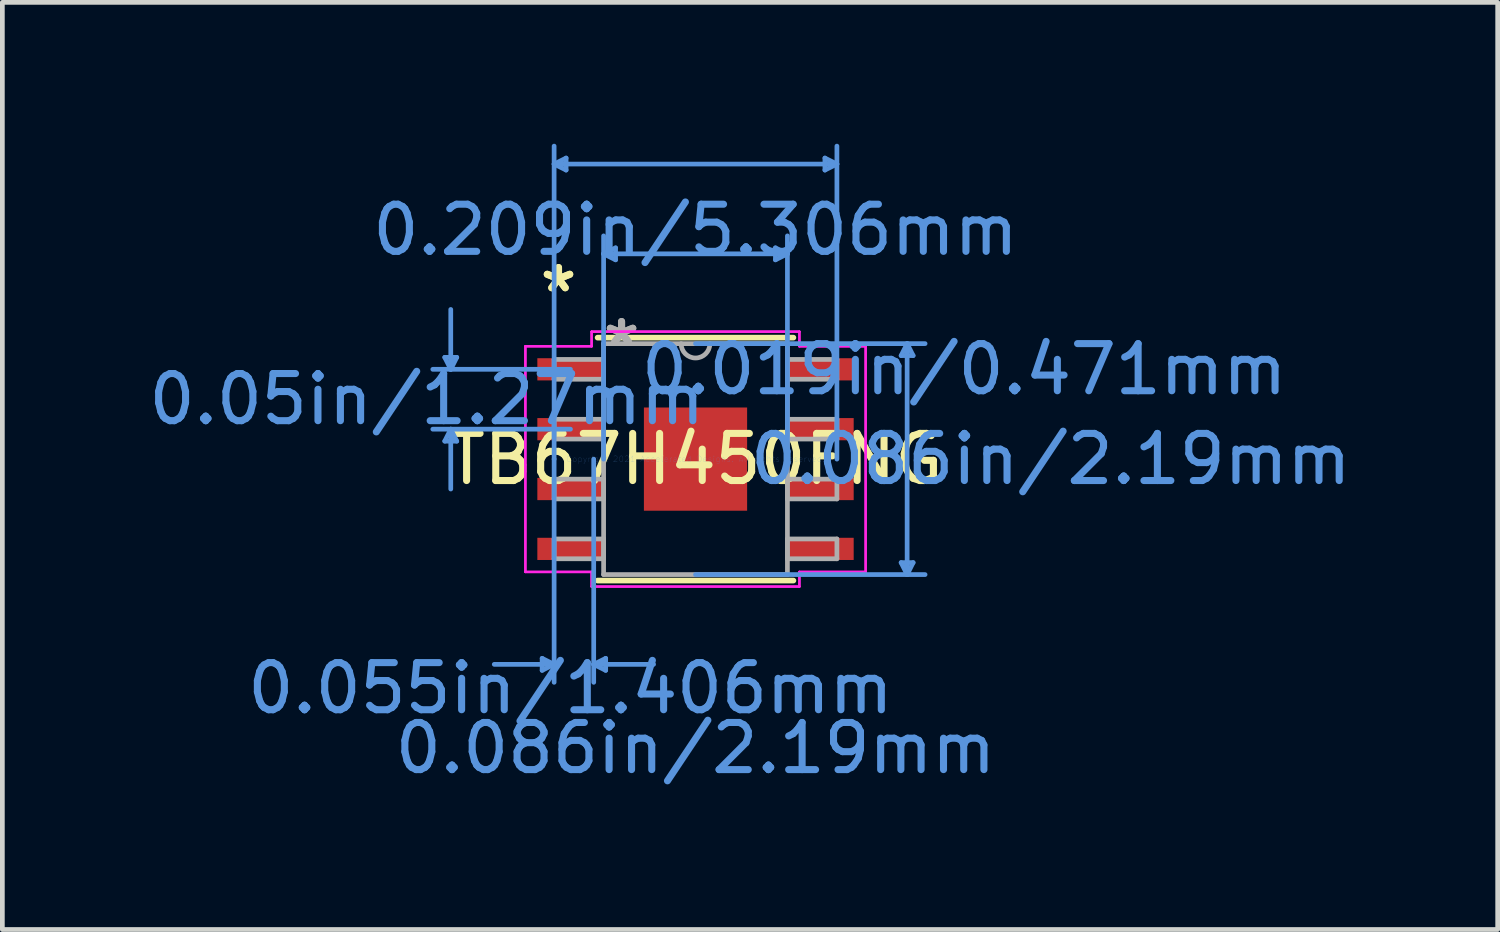
<source format=kicad_pcb>
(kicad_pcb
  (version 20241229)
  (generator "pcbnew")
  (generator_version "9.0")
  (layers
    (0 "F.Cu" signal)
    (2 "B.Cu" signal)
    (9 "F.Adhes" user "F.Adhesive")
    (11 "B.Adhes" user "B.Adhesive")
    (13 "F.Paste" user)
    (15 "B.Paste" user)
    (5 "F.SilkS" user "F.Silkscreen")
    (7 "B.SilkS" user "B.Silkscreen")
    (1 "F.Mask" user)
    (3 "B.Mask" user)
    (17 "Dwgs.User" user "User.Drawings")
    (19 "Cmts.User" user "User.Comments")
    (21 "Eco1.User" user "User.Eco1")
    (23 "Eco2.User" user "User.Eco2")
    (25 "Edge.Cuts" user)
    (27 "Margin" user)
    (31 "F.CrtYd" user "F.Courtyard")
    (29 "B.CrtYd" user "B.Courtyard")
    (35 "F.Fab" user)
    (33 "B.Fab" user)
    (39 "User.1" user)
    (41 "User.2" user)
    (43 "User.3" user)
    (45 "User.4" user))
  (footprint "TB67H450FNG"
    (layer "F.Cu")
    (at 11.707 6.691)
    (property "Reference" "TB67H450FNG" (at 0 0 0) (layer "F.SilkS") (effects (font (size 1 1) (thickness 0.15))))
    (attr through_hole)
    (fp_line (start -2.077 2.577) (end 2.077 2.577) (stroke (width 0.12) (type solid)) (layer "F.SilkS"))
    (fp_line (start 2.077 -2.577) (end -2.077 -2.577) (stroke (width 0.12) (type solid)) (layer "F.SilkS"))
    (fp_line (start -5.32 -2.159) (end -5.066 -2.159) (stroke (width 0.1) (type solid)) (layer "Cmts.User"))
    (fp_line (start -5.32 -0.381) (end -5.066 -0.381) (stroke (width 0.1) (type solid)) (layer "Cmts.User"))
    (fp_line (start -5.193 -1.905) (end -5.32 -2.159) (stroke (width 0.1) (type solid)) (layer "Cmts.User"))
    (fp_line (start -5.193 -1.905) (end -5.193 -3.175) (stroke (width 0.1) (type solid)) (layer "Cmts.User"))
    (fp_line (start -5.193 -1.905) (end -5.066 -2.159) (stroke (width 0.1) (type solid)) (layer "Cmts.User"))
    (fp_line (start -5.193 -0.635) (end -5.32 -0.381) (stroke (width 0.1) (type solid)) (layer "Cmts.User"))
    (fp_line (start -5.193 -0.635) (end -5.193 0.635) (stroke (width 0.1) (type solid)) (layer "Cmts.User"))
    (fp_line (start -5.193 -0.635) (end -5.066 -0.381) (stroke (width 0.1) (type solid)) (layer "Cmts.User"))
    (fp_line (start -3.254 4.228) (end -3.254 4.482) (stroke (width 0.1) (type solid)) (layer "Cmts.User"))
    (fp_line (start -3 -6.26) (end -2.746 -6.387) (stroke (width 0.1) (type solid)) (layer "Cmts.User"))
    (fp_line (start -3 -6.26) (end -2.746 -6.133) (stroke (width 0.1) (type solid)) (layer "Cmts.User"))
    (fp_line (start -3 -6.26) (end 3 -6.26) (stroke (width 0.1) (type solid)) (layer "Cmts.User"))
    (fp_line (start -3 0) (end -3 -6.641) (stroke (width 0.1) (type solid)) (layer "Cmts.User"))
    (fp_line (start -3 0) (end -3 4.736) (stroke (width 0.1) (type solid)) (layer "Cmts.User"))
    (fp_line (start -3 4.355) (end -4.27 4.355) (stroke (width 0.1) (type solid)) (layer "Cmts.User"))
    (fp_line (start -3 4.355) (end -3.254 4.228) (stroke (width 0.1) (type solid)) (layer "Cmts.User"))
    (fp_line (start -3 4.355) (end -3.254 4.482) (stroke (width 0.1) (type solid)) (layer "Cmts.User"))
    (fp_line (start -2.746 -6.387) (end -2.746 -6.133) (stroke (width 0.1) (type solid)) (layer "Cmts.User"))
    (fp_line (start -2.653 -1.905) (end -5.574 -1.905) (stroke (width 0.1) (type solid)) (layer "Cmts.User"))
    (fp_line (start -2.653 -0.635) (end -5.574 -0.635) (stroke (width 0.1) (type solid)) (layer "Cmts.User"))
    (fp_line (start -2.16 0) (end -2.16 4.736) (stroke (width 0.1) (type solid)) (layer "Cmts.User"))
    (fp_line (start -2.16 4.355) (end -1.906 4.228) (stroke (width 0.1) (type solid)) (layer "Cmts.User"))
    (fp_line (start -2.16 4.355) (end -1.906 4.482) (stroke (width 0.1) (type solid)) (layer "Cmts.User"))
    (fp_line (start -2.16 4.355) (end -0.89 4.355) (stroke (width 0.1) (type solid)) (layer "Cmts.User"))
    (fp_line (start -1.95 -4.355) (end -1.696 -4.482) (stroke (width 0.1) (type solid)) (layer "Cmts.User"))
    (fp_line (start -1.95 -4.355) (end -1.696 -4.228) (stroke (width 0.1) (type solid)) (layer "Cmts.User"))
    (fp_line (start -1.95 -4.355) (end 1.95 -4.355) (stroke (width 0.1) (type solid)) (layer "Cmts.User"))
    (fp_line (start -1.95 0) (end -1.95 -4.736) (stroke (width 0.1) (type solid)) (layer "Cmts.User"))
    (fp_line (start -1.906 4.228) (end -1.906 4.482) (stroke (width 0.1) (type solid)) (layer "Cmts.User"))
    (fp_line (start -1.696 -4.482) (end -1.696 -4.228) (stroke (width 0.1) (type solid)) (layer "Cmts.User"))
    (fp_line (start 0 -2.45) (end 4.871 -2.45) (stroke (width 0.1) (type solid)) (layer "Cmts.User"))
    (fp_line (start 0 2.45) (end 4.871 2.45) (stroke (width 0.1) (type solid)) (layer "Cmts.User"))
    (fp_line (start 1.696 -4.482) (end 1.696 -4.228) (stroke (width 0.1) (type solid)) (layer "Cmts.User"))
    (fp_line (start 1.95 -4.355) (end 1.696 -4.482) (stroke (width 0.1) (type solid)) (layer "Cmts.User"))
    (fp_line (start 1.95 -4.355) (end 1.696 -4.228) (stroke (width 0.1) (type solid)) (layer "Cmts.User"))
    (fp_line (start 1.95 0) (end 1.95 -4.736) (stroke (width 0.1) (type solid)) (layer "Cmts.User"))
    (fp_line (start 2.746 -6.387) (end 2.746 -6.133) (stroke (width 0.1) (type solid)) (layer "Cmts.User"))
    (fp_line (start 3 -6.26) (end 2.746 -6.387) (stroke (width 0.1) (type solid)) (layer "Cmts.User"))
    (fp_line (start 3 -6.26) (end 2.746 -6.133) (stroke (width 0.1) (type solid)) (layer "Cmts.User"))
    (fp_line (start 3 0) (end 3 -6.641) (stroke (width 0.1) (type solid)) (layer "Cmts.User"))
    (fp_line (start 4.363 -2.196) (end 4.617 -2.196) (stroke (width 0.1) (type solid)) (layer "Cmts.User"))
    (fp_line (start 4.363 2.196) (end 4.617 2.196) (stroke (width 0.1) (type solid)) (layer "Cmts.User"))
    (fp_line (start 4.49 -2.45) (end 4.363 -2.196) (stroke (width 0.1) (type solid)) (layer "Cmts.User"))
    (fp_line (start 4.49 -2.45) (end 4.49 2.45) (stroke (width 0.1) (type solid)) (layer "Cmts.User"))
    (fp_line (start 4.49 -2.45) (end 4.617 -2.196) (stroke (width 0.1) (type solid)) (layer "Cmts.User"))
    (fp_line (start 4.49 2.45) (end 4.363 2.196) (stroke (width 0.1) (type solid)) (layer "Cmts.User"))
    (fp_line (start 4.49 2.45) (end 4.617 2.196) (stroke (width 0.1) (type solid)) (layer "Cmts.User"))
    (fp_line (start -3.61 -2.394) (end -2.204 -2.394) (stroke (width 0.05) (type solid)) (layer "F.CrtYd"))
    (fp_line (start -3.61 -2.394) (end -2.204 -2.394) (stroke (width 0.05) (type solid)) (layer "F.CrtYd"))
    (fp_line (start -3.61 2.394) (end -3.61 -2.394) (stroke (width 0.05) (type solid)) (layer "F.CrtYd"))
    (fp_line (start -3.61 2.394) (end -3.61 -2.394) (stroke (width 0.05) (type solid)) (layer "F.CrtYd"))
    (fp_line (start -3.61 2.394) (end -2.204 2.394) (stroke (width 0.05) (type solid)) (layer "F.CrtYd"))
    (fp_line (start -2.204 -2.704) (end 2.204 -2.704) (stroke (width 0.05) (type solid)) (layer "F.CrtYd"))
    (fp_line (start -2.204 -2.704) (end 2.204 -2.704) (stroke (width 0.05) (type solid)) (layer "F.CrtYd"))
    (fp_line (start -2.204 -2.394) (end -2.204 -2.704) (stroke (width 0.05) (type solid)) (layer "F.CrtYd"))
    (fp_line (start -2.204 -2.394) (end -2.204 -2.704) (stroke (width 0.05) (type solid)) (layer "F.CrtYd"))
    (fp_line (start -2.204 2.394) (end -3.61 2.394) (stroke (width 0.05) (type solid)) (layer "F.CrtYd"))
    (fp_line (start -2.204 2.704) (end -2.204 2.394) (stroke (width 0.05) (type solid)) (layer "F.CrtYd"))
    (fp_line (start -2.204 2.704) (end -2.204 2.394) (stroke (width 0.05) (type solid)) (layer "F.CrtYd"))
    (fp_line (start 2.204 -2.704) (end 2.204 -2.394) (stroke (width 0.05) (type solid)) (layer "F.CrtYd"))
    (fp_line (start 2.204 -2.704) (end 2.204 -2.394) (stroke (width 0.05) (type solid)) (layer "F.CrtYd"))
    (fp_line (start 2.204 -2.394) (end 3.61 -2.394) (stroke (width 0.05) (type solid)) (layer "F.CrtYd"))
    (fp_line (start 2.204 2.394) (end 2.204 2.704) (stroke (width 0.05) (type solid)) (layer "F.CrtYd"))
    (fp_line (start 2.204 2.394) (end 2.204 2.704) (stroke (width 0.05) (type solid)) (layer "F.CrtYd"))
    (fp_line (start 2.204 2.704) (end -2.204 2.704) (stroke (width 0.05) (type solid)) (layer "F.CrtYd"))
    (fp_line (start 2.204 2.704) (end -2.204 2.704) (stroke (width 0.05) (type solid)) (layer "F.CrtYd"))
    (fp_line (start 3.61 -2.394) (end 2.204 -2.394) (stroke (width 0.05) (type solid)) (layer "F.CrtYd"))
    (fp_line (start 3.61 -2.394) (end 3.61 2.394) (stroke (width 0.05) (type solid)) (layer "F.CrtYd"))
    (fp_line (start 3.61 -2.394) (end 3.61 2.394) (stroke (width 0.05) (type solid)) (layer "F.CrtYd"))
    (fp_line (start 3.61 2.394) (end 2.204 2.394) (stroke (width 0.05) (type solid)) (layer "F.CrtYd"))
    (fp_line (start 3.61 2.394) (end 2.204 2.394) (stroke (width 0.05) (type solid)) (layer "F.CrtYd"))
    (fp_line (start -3 -2.115) (end -3 -1.695) (stroke (width 0.1) (type solid)) (layer "F.Fab"))
    (fp_line (start -3 -1.695) (end -1.95 -1.695) (stroke (width 0.1) (type solid)) (layer "F.Fab"))
    (fp_line (start -3 -0.845) (end -3 -0.425) (stroke (width 0.1) (type solid)) (layer "F.Fab"))
    (fp_line (start -3 -0.425) (end -1.95 -0.425) (stroke (width 0.1) (type solid)) (layer "F.Fab"))
    (fp_line (start -3 0.425) (end -3 0.845) (stroke (width 0.1) (type solid)) (layer "F.Fab"))
    (fp_line (start -3 0.845) (end -1.95 0.845) (stroke (width 0.1) (type solid)) (layer "F.Fab"))
    (fp_line (start -3 1.695) (end -3 2.115) (stroke (width 0.1) (type solid)) (layer "F.Fab"))
    (fp_line (start -3 2.115) (end -1.95 2.115) (stroke (width 0.1) (type solid)) (layer "F.Fab"))
    (fp_line (start -1.95 -2.45) (end -1.95 2.45) (stroke (width 0.1) (type solid)) (layer "F.Fab"))
    (fp_line (start -1.95 -2.115) (end -3 -2.115) (stroke (width 0.1) (type solid)) (layer "F.Fab"))
    (fp_line (start -1.95 -1.695) (end -1.95 -2.115) (stroke (width 0.1) (type solid)) (layer "F.Fab"))
    (fp_line (start -1.95 -0.845) (end -3 -0.845) (stroke (width 0.1) (type solid)) (layer "F.Fab"))
    (fp_line (start -1.95 -0.425) (end -1.95 -0.845) (stroke (width 0.1) (type solid)) (layer "F.Fab"))
    (fp_line (start -1.95 0.425) (end -3 0.425) (stroke (width 0.1) (type solid)) (layer "F.Fab"))
    (fp_line (start -1.95 0.845) (end -1.95 0.425) (stroke (width 0.1) (type solid)) (layer "F.Fab"))
    (fp_line (start -1.95 1.695) (end -3 1.695) (stroke (width 0.1) (type solid)) (layer "F.Fab"))
    (fp_line (start -1.95 2.115) (end -1.95 1.695) (stroke (width 0.1) (type solid)) (layer "F.Fab"))
    (fp_line (start -1.95 2.45) (end 1.95 2.45) (stroke (width 0.1) (type solid)) (layer "F.Fab"))
    (fp_line (start 1.95 -2.45) (end -1.95 -2.45) (stroke (width 0.1) (type solid)) (layer "F.Fab"))
    (fp_line (start 1.95 -2.115) (end 1.95 -1.695) (stroke (width 0.1) (type solid)) (layer "F.Fab"))
    (fp_line (start 1.95 -1.695) (end 3 -1.695) (stroke (width 0.1) (type solid)) (layer "F.Fab"))
    (fp_line (start 1.95 -0.845) (end 1.95 -0.425) (stroke (width 0.1) (type solid)) (layer "F.Fab"))
    (fp_line (start 1.95 -0.425) (end 3 -0.425) (stroke (width 0.1) (type solid)) (layer "F.Fab"))
    (fp_line (start 1.95 0.425) (end 1.95 0.845) (stroke (width 0.1) (type solid)) (layer "F.Fab"))
    (fp_line (start 1.95 0.845) (end 3 0.845) (stroke (width 0.1) (type solid)) (layer "F.Fab"))
    (fp_line (start 1.95 1.695) (end 1.95 2.115) (stroke (width 0.1) (type solid)) (layer "F.Fab"))
    (fp_line (start 1.95 2.115) (end 3 2.115) (stroke (width 0.1) (type solid)) (layer "F.Fab"))
    (fp_line (start 1.95 2.45) (end 1.95 -2.45) (stroke (width 0.1) (type solid)) (layer "F.Fab"))
    (fp_line (start 3 -2.115) (end 1.95 -2.115) (stroke (width 0.1) (type solid)) (layer "F.Fab"))
    (fp_line (start 3 -1.695) (end 3 -2.115) (stroke (width 0.1) (type solid)) (layer "F.Fab"))
    (fp_line (start 3 -0.845) (end 1.95 -0.845) (stroke (width 0.1) (type solid)) (layer "F.Fab"))
    (fp_line (start 3 -0.425) (end 3 -0.845) (stroke (width 0.1) (type solid)) (layer "F.Fab"))
    (fp_line (start 3 0.425) (end 1.95 0.425) (stroke (width 0.1) (type solid)) (layer "F.Fab"))
    (fp_line (start 3 0.845) (end 3 0.425) (stroke (width 0.1) (type solid)) (layer "F.Fab"))
    (fp_line (start 3 1.695) (end 1.95 1.695) (stroke (width 0.1) (type solid)) (layer "F.Fab"))
    (fp_line (start 3 2.115) (end 3 1.695) (stroke (width 0.1) (type solid)) (layer "F.Fab"))
    (fp_arc (start 0.3048 -2.45) (mid 0 -2.1452) (end -0.3048 -2.45) (stroke (width 0.1) (type solid)) (layer "F.Fab"))
    (fp_text user "*" (at -2.907 -3.519 0) (layer "F.SilkS") (effects (font (size 1 1) (thickness 0.15))))
    (fp_text user "*" (at -2.907 -3.519 0) (layer "F.SilkS") (effects (font (size 1 1) (thickness 0.15))))
    (fp_text user "0.05in/1.27mm" (at -5.701 -1.27 0) (layer "Cmts.User") (effects (font (size 1 1) (thickness 0.15))))
    (fp_text user "0.086in/2.19mm" (at 0 6.133 0) (layer "Cmts.User") (effects (font (size 1 1) (thickness 0.15))))
    (fp_text user "0.086in/2.19mm" (at 7.538 0 0) (layer "Cmts.User") (effects (font (size 1 1) (thickness 0.15))))
    (fp_text user "0.019in/0.471mm" (at 5.701 -1.905 0) (layer "Cmts.User") (effects (font (size 1 1) (thickness 0.15))))
    (fp_text user "0.209in/5.306mm" (at 0 -4.863 0) (layer "Cmts.User") (effects (font (size 1 1) (thickness 0.15))))
    (fp_text user "0.055in/1.406mm" (at -2.653 4.863 0) (layer "Cmts.User") (effects (font (size 1 1) (thickness 0.15))))
    (fp_text user "Copyright 2021 Accelerated Designs. All rights reserved." (at 0 0 0) (layer "Cmts.User") (effects (font (size 0.127 0.127) (thickness 0.002))))
    (fp_text user "*" (at -1.569 -2.374 0) (layer "F.Fab") (effects (font (size 1 1) (thickness 0.15))))
    (fp_text user "*" (at -1.569 -2.374 0) (layer "F.Fab") (effects (font (size 1 1) (thickness 0.15))))
    (pad "1" smd rect (at -2.653 -1.905) (size 1.406 0.471) (layers "F.Cu" "F.Mask" "F.Paste"))
    (pad "2" smd rect (at -2.653 -0.635) (size 1.406 0.471) (layers "F.Cu" "F.Mask" "F.Paste"))
    (pad "3" smd rect (at -2.653 0.635) (size 1.406 0.471) (layers "F.Cu" "F.Mask" "F.Paste"))
    (pad "4" smd rect (at -2.653 1.905) (size 1.406 0.471) (layers "F.Cu" "F.Mask" "F.Paste"))
    (pad "5" smd rect (at 2.653 1.905) (size 1.406 0.471) (layers "F.Cu" "F.Mask" "F.Paste"))
    (pad "6" smd rect (at 2.653 0.635) (size 1.406 0.471) (layers "F.Cu" "F.Mask" "F.Paste"))
    (pad "7" smd rect (at 2.653 -0.635) (size 1.406 0.471) (layers "F.Cu" "F.Mask" "F.Paste"))
    (pad "8" smd rect (at 2.653 -1.905) (size 1.406 0.471) (layers "F.Cu" "F.Mask" "F.Paste"))
    (pad "9" smd rect (at 0 0) (size 2.19 2.19) (layers "F.Cu" "F.Mask" "F.Paste")))
  (gr_rect
    (start -3 -3)
    (end 28.727 16.672)
    (stroke (width 0.1) (type default))
    (fill no)
    (layer "Edge.Cuts")))
</source>
